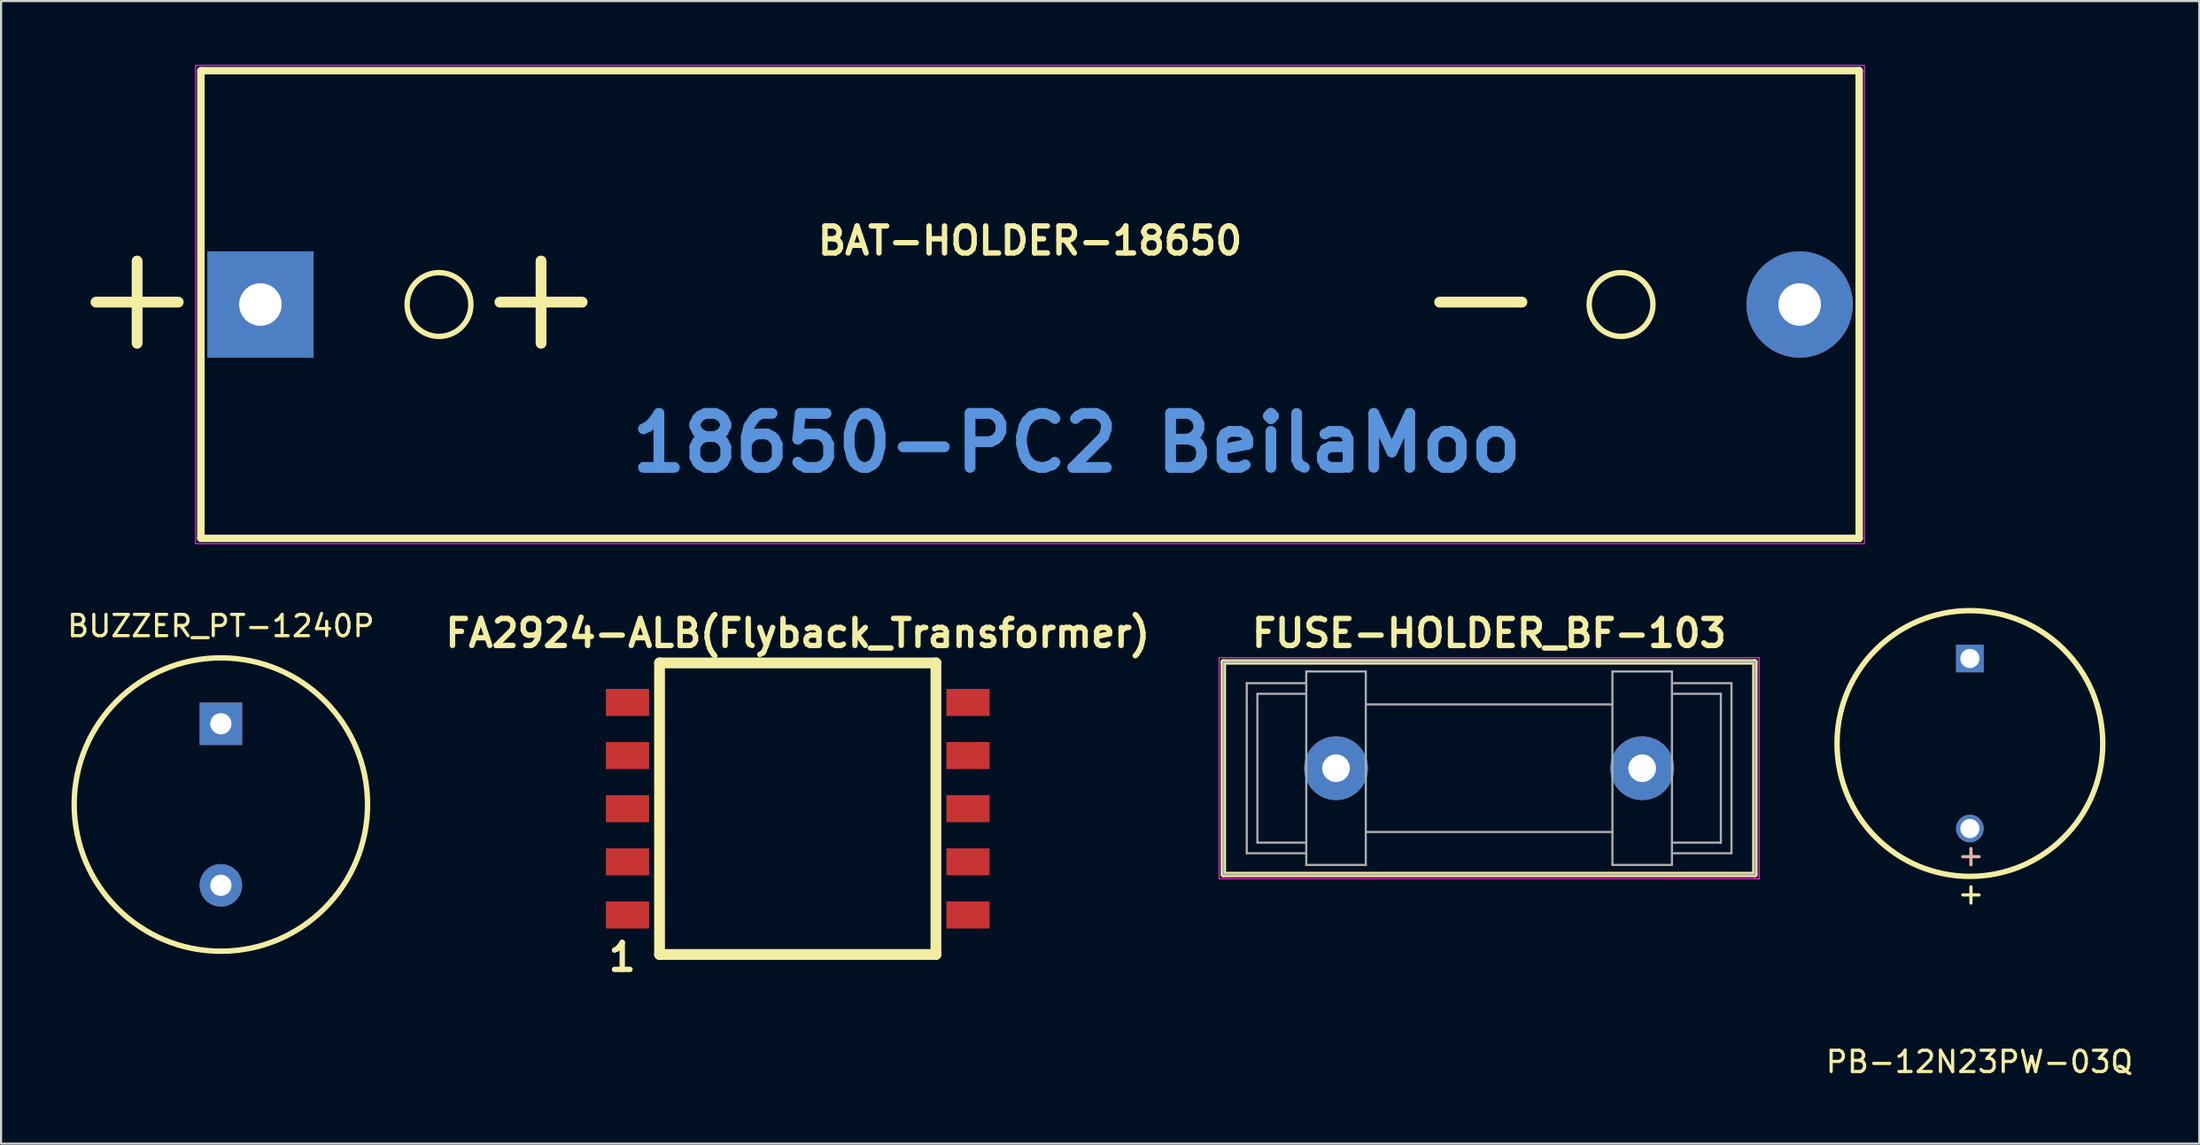
<source format=kicad_pcb>
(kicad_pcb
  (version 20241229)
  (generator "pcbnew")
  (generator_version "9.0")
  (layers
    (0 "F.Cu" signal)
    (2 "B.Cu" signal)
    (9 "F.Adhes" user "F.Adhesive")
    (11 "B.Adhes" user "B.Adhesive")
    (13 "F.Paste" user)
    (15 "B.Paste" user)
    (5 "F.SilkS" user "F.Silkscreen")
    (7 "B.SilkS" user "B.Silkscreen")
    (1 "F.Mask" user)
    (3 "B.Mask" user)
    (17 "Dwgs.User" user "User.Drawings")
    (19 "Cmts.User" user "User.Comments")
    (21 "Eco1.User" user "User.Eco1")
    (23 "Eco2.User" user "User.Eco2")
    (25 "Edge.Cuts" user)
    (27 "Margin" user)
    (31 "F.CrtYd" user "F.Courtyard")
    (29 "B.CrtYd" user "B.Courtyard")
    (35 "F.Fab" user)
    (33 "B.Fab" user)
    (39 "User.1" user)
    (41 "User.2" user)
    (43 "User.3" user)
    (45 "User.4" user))
  (footprint "BAT-HOLDER-18650"
    (layer "F.Cu")
    (at 45.399 11.275)
    (property "Reference" "BAT-HOLDER-18650" (at 0 -3 0) (layer "F.SilkS") (effects (font (size 1.27 1.27) (thickness 0.254) (bold yes))))
    (attr through_hole)
    (fp_line (start -39 -11) (end 39 -11) (stroke (width 0.35) (type solid)) (layer "F.SilkS"))
    (fp_line (start -39 11) (end -39 -11) (stroke (width 0.35) (type solid)) (layer "F.SilkS"))
    (fp_line (start 39 -11) (end 39 11) (stroke (width 0.35) (type solid)) (layer "F.SilkS"))
    (fp_line (start 39 11) (end -39 11) (stroke (width 0.35) (type solid)) (layer "F.SilkS"))
    (fp_circle (center -27.8 0) (end -29.3 0) (stroke (width 0.254) (type solid)) (fill no) (layer "F.SilkS"))
    (fp_circle (center 27.8 0) (end 26.3 0) (stroke (width 0.254) (type solid)) (fill no) (layer "F.SilkS"))
    (fp_poly (pts (xy 39.25 11.25) (xy -39.25 11.25) (xy -39.25 -11.25) (xy 39.25 -11.25)) (stroke (width 0.05) (type default)) (fill no) (layer "F.CrtYd"))
    (fp_text user "+" (at -42 -0.5 180) (layer "F.SilkS") (effects (font (size 5.08 5.08) (thickness 0.508))))
    (fp_text user "-" (at 21.2 -0.5 0) (layer "F.SilkS") (effects (font (size 5.08 5.08) (thickness 0.508))))
    (fp_text user "+" (at -23 -0.5 180) (layer "F.SilkS") (effects (font (size 5.08 5.08) (thickness 0.508))))
    (fp_text user "18650-PC2 BeilaMoo" (at -19 8 0) (unlocked yes) (layer "Cmts.User") (effects (font (size 2.54 2.54) (thickness 0.508) (bold yes)) (justify left bottom)))
    (pad "1" thru_hole rect (at -36.2 0 180) (size 5 5) (drill 2) (layers "*.Cu" "*.Mask"))
    (pad "2" thru_hole circle (at 36.2 0 180) (size 5 5) (drill 2) (layers "*.Cu" "*.Mask")))
  (footprint "FUSE-HOLDER_BF-103"
    (layer "F.Cu")
    (at 66.992 33.089)
    (property "Reference" "FUSE-HOLDER_BF-103" (at 0 -6.35 0) (layer "F.SilkS") (effects (font (size 1.27 1.27) (thickness 0.254) (bold yes))))
    (attr through_hole)
    (fp_line (start -12.5 -5) (end -12.5 5) (stroke (width 0.254) (type default)) (layer "F.SilkS"))
    (fp_line (start -12.5 -5) (end 12.5 -5) (stroke (width 0.254) (type default)) (layer "F.SilkS"))
    (fp_line (start -12.5 5) (end 12.5 5) (stroke (width 0.254) (type default)) (layer "F.SilkS"))
    (fp_line (start 12.5 -5) (end 12.5 5) (stroke (width 0.254) (type default)) (layer "F.SilkS"))
    (fp_line (start -12.7 -5.2) (end 12.7 -5.2) (stroke (width 0.05) (type solid)) (layer "F.CrtYd"))
    (fp_line (start -12.7 5.2) (end -12.7 -5.2) (stroke (width 0.05) (type solid)) (layer "F.CrtYd"))
    (fp_line (start 12.7 -5.2) (end 12.7 5.2) (stroke (width 0.05) (type solid)) (layer "F.CrtYd"))
    (fp_line (start 12.7 5.2) (end -12.7 5.2) (stroke (width 0.05) (type solid)) (layer "F.CrtYd"))
    (fp_line (start -12.5 -5) (end -12.5 5) (stroke (width 0.1) (type solid)) (layer "F.Fab"))
    (fp_line (start -12.5 5) (end 12.5 5) (stroke (width 0.1) (type solid)) (layer "F.Fab"))
    (fp_line (start -11.4 -4) (end -11.4 4) (stroke (width 0.1) (type solid)) (layer "F.Fab"))
    (fp_line (start -10.9 -3.5) (end -10.9 3.5) (stroke (width 0.1) (type solid)) (layer "F.Fab"))
    (fp_line (start -8.6 -4.55) (end -8.6 4.55) (stroke (width 0.1) (type solid)) (layer "F.Fab"))
    (fp_line (start -8.6 -4) (end -11.4 -4) (stroke (width 0.1) (type solid)) (layer "F.Fab"))
    (fp_line (start -8.6 -3.5) (end -10.9 -3.5) (stroke (width 0.1) (type solid)) (layer "F.Fab"))
    (fp_line (start -8.6 3.5) (end -10.9 3.5) (stroke (width 0.1) (type solid)) (layer "F.Fab"))
    (fp_line (start -8.6 4) (end -11.4 4) (stroke (width 0.1) (type solid)) (layer "F.Fab"))
    (fp_line (start -5.8 -4.55) (end -8.6 -4.55) (stroke (width 0.1) (type solid)) (layer "F.Fab"))
    (fp_line (start -5.8 -4.55) (end -5.8 4.55) (stroke (width 0.1) (type solid)) (layer "F.Fab"))
    (fp_line (start -5.8 -3) (end 5.8 -3) (stroke (width 0.1) (type default)) (layer "F.Fab"))
    (fp_line (start -5.8 3) (end 5.8 3) (stroke (width 0.1) (type default)) (layer "F.Fab"))
    (fp_line (start -5.8 4.55) (end -8.6 4.55) (stroke (width 0.1) (type solid)) (layer "F.Fab"))
    (fp_line (start 5.8 -4.55) (end 8.6 -4.55) (stroke (width 0.1) (type solid)) (layer "F.Fab"))
    (fp_line (start 5.8 4.55) (end 5.8 -4.55) (stroke (width 0.1) (type solid)) (layer "F.Fab"))
    (fp_line (start 5.8 4.55) (end 8.6 4.55) (stroke (width 0.1) (type solid)) (layer "F.Fab"))
    (fp_line (start 8.6 -4) (end 11.4 -4) (stroke (width 0.1) (type solid)) (layer "F.Fab"))
    (fp_line (start 8.6 -3.5) (end 10.9 -3.5) (stroke (width 0.1) (type solid)) (layer "F.Fab"))
    (fp_line (start 8.6 3.5) (end 10.9 3.5) (stroke (width 0.1) (type solid)) (layer "F.Fab"))
    (fp_line (start 8.6 4) (end 11.4 4) (stroke (width 0.1) (type solid)) (layer "F.Fab"))
    (fp_line (start 8.6 4.55) (end 8.6 -4.55) (stroke (width 0.1) (type solid)) (layer "F.Fab"))
    (fp_line (start 10.9 3.5) (end 10.9 -3.5) (stroke (width 0.1) (type solid)) (layer "F.Fab"))
    (fp_line (start 11.4 4) (end 11.4 -4) (stroke (width 0.1) (type solid)) (layer "F.Fab"))
    (fp_line (start 12.5 -5) (end -12.5 -5) (stroke (width 0.1) (type solid)) (layer "F.Fab"))
    (fp_line (start 12.5 5) (end 12.5 -5) (stroke (width 0.1) (type solid)) (layer "F.Fab"))
    (pad "1" thru_hole circle (at -7.2 0) (size 3 3) (drill 1.3) (layers "*.Cu" "*.Mask"))
    (pad "2" thru_hole circle (at 7.2 0) (size 3 3) (drill 1.3) (layers "*.Cu" "*.Mask")))
  (footprint "PB-12N23PW-03Q"
    (layer "F.Cu")
    (at 89.606 31.927)
    (property "Reference" "PB-12N23PW-03Q" (at 0.45 14.975 0) (layer "F.SilkS") (effects (font (size 1 1) (thickness 0.15))))
    (attr through_hole)
    (fp_circle (center 0 0) (end 6.25 0) (stroke (width 0.254) (type solid)) (fill no) (layer "F.SilkS"))
    (fp_text user "+" (at 0.05 7.05 0) (layer "F.SilkS") (effects (font (size 1 1) (thickness 0.15))))
    (fp_text user "+" (at 0.05 5.25 0) (layer "B.SilkS") (effects (font (size 1 1) (thickness 0.15))))
    (pad "1" thru_hole circle (at 0 4) (size 1.3 1.3) (drill 0.9) (layers "*.Cu" "*.Mask"))
    (pad "2" thru_hole rect (at 0 -4) (size 1.3 1.3) (drill 0.9) (layers "*.Cu" "*.Mask")))
  (footprint "FA2924-ALB(Flyback_Transformer)"
    (layer "F.Cu")
    (at 34.473 34.994)
    (property "Reference" "FA2924-ALB(Flyback_Transformer)" (at 0 -8.255 0) (layer "F.SilkS") (effects (font (size 1.27 1.27) (thickness 0.254))))
    (attr smd)
    (fp_line (start -6.5 -6.858) (end -6.5 6.858) (stroke (width 0.508) (type solid)) (layer "F.SilkS"))
    (fp_line (start -6.5 -6.858) (end 6.5 -6.858) (stroke (width 0.508) (type solid)) (layer "F.SilkS"))
    (fp_line (start -6.5 6.858) (end 6.5 6.858) (stroke (width 0.508) (type solid)) (layer "F.SilkS"))
    (fp_line (start 6.5 -6.858) (end 6.5 6.858) (stroke (width 0.508) (type solid)) (layer "F.SilkS"))
    (fp_text user "1" (at -8.255 6.985 0) (layer "F.SilkS") (effects (font (size 1.27 1.27) (thickness 0.254))))
    (pad "1" smd rect (at -8.008 5) (size 2.032 1.27) (layers "F.Cu" "F.Mask" "F.Paste"))
    (pad "2" smd rect (at -8.008 2.5) (size 2.032 1.27) (layers "F.Cu" "F.Mask" "F.Paste"))
    (pad "3" smd rect (at -8.008 0) (size 2.032 1.27) (layers "F.Cu" "F.Mask" "F.Paste"))
    (pad "4" smd rect (at -8.008 -2.5) (size 2.032 1.27) (layers "F.Cu" "F.Mask" "F.Paste"))
    (pad "5" smd rect (at -8.008 -5) (size 2.032 1.27) (layers "F.Cu" "F.Mask" "F.Paste"))
    (pad "6" smd rect (at 8.008 -5) (size 2.032 1.27) (layers "F.Cu" "F.Mask" "F.Paste"))
    (pad "7" smd rect (at 8.008 -2.5) (size 2.032 1.27) (layers "F.Cu" "F.Mask" "F.Paste"))
    (pad "8" smd rect (at 8.008 0) (size 2.032 1.27) (layers "F.Cu" "F.Mask" "F.Paste"))
    (pad "9" smd rect (at 8.008 2.5) (size 2.032 1.27) (layers "F.Cu" "F.Mask" "F.Paste"))
    (pad "10" smd rect (at 8.008 5) (size 2.032 1.27) (layers "F.Cu" "F.Mask" "F.Paste")))
  (footprint "BUZZER_PT-1240P"
    (layer "F.Cu")
    (at 7.339 34.798)
    (property "Reference" "BUZZER_PT-1240P" (at 0 -8.4 0) (layer "F.SilkS") (effects (font (size 1 1) (thickness 0.15))))
    (attr through_hole)
    (fp_circle (center 0 0) (end 6.9 0) (stroke (width 0.254) (type solid)) (fill no) (layer "F.SilkS"))
    (pad "1" thru_hole rect (at 0 -3.8) (size 2 2) (drill 1) (layers "*.Cu" "*.Mask"))
    (pad "2" thru_hole circle (at 0 3.8) (size 2 2) (drill 1) (layers "*.Cu" "*.Mask")))
  (gr_rect
    (start -3 -3)
    (end 100.396 50.75)
    (stroke (width 0.1) (type default))
    (fill no)
    (layer "Edge.Cuts")))
</source>
